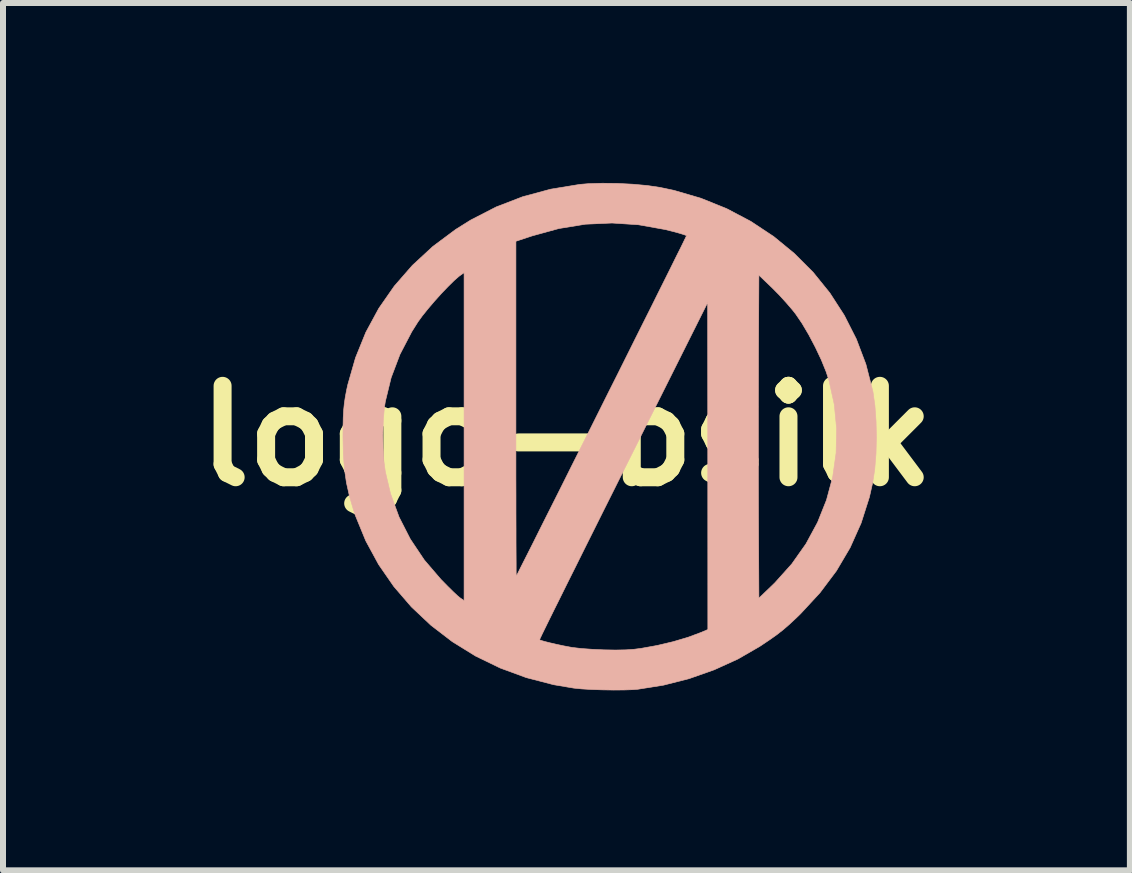
<source format=kicad_pcb>
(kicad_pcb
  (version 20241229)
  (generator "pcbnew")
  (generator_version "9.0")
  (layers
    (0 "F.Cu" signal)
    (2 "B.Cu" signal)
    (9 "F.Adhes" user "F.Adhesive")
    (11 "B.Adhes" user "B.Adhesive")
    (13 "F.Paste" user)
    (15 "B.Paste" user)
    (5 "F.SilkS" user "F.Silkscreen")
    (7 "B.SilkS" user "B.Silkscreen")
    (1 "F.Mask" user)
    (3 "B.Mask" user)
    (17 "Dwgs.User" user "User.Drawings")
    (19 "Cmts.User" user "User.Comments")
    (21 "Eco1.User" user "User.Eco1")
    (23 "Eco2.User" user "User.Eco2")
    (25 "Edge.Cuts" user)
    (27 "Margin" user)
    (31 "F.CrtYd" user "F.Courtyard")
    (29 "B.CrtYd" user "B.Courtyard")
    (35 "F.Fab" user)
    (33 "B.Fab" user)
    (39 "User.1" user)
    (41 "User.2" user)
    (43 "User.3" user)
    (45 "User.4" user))
  (footprint "logo-bsilk"
    (layer "F.Cu")
    (at 6.394 4.217)
    (property "Reference" "logo-bsilk" (at 0 0 0) (layer "F.SilkS") (effects (font (size 1.524 1.524) (thickness 0.3))))
    (attr through_hole)
    (fp_poly (pts (xy 0.366 -4.205) (xy 0.223 -4.193) (xy -0.264 -4.113) (xy -0.728 -3.988) (xy -1.172 -3.817) (xy -1.596 -3.599) (xy -1.847 -3.442) (xy -2.228 -3.158) (xy -2.569 -2.843) (xy -2.87 -2.498) (xy -3.129 -2.126) (xy -3.345 -1.727) (xy -3.517 -1.303) (xy -3.645 -0.857) (xy -3.666 -0.762) (xy -3.688 -0.645) (xy -3.704 -0.537) (xy -3.715 -0.427) (xy -3.722 -0.303) (xy -3.725 -0.15) (xy -3.726 0.013) (xy -3.72 0.299) (xy -3.702 0.55) (xy -3.668 0.782) (xy -3.617 1.009) (xy -3.547 1.247) (xy -3.518 1.331) (xy -3.346 1.75) (xy -3.132 2.144) (xy -2.878 2.511) (xy -2.586 2.85) (xy -2.26 3.157) (xy -1.903 3.431) (xy -1.517 3.67) (xy -1.105 3.87) (xy -0.67 4.03) (xy -0.215 4.148) (xy 0.122 4.205) (xy 0.251 4.218) (xy 0.414 4.228) (xy 0.596 4.234) (xy 0.782 4.237) (xy 0.956 4.236) (xy 1.106 4.231) (xy 1.189 4.224) (xy 1.617 4.156) (xy 2.045 4.047) (xy 2.462 3.9) (xy 2.858 3.72) (xy 3.222 3.51) (xy 3.24 3.498) (xy 3.389 3.398) (xy 3.509 3.313) (xy 3.612 3.232) (xy 3.617 3.228) (xy 2.357 3.228) (xy 2.245 3.276) (xy 2.028 3.357) (xy 1.778 3.431) (xy 1.512 3.494) (xy 1.246 3.542) (xy 1.129 3.557) (xy 0.991 3.567) (xy 0.818 3.57) (xy 0.626 3.567) (xy 0.432 3.558) (xy 0.249 3.545) (xy 0.095 3.527) (xy 0.057 3.52) (xy -0.054 3.499) (xy -0.17 3.474) (xy -0.279 3.449) (xy -0.369 3.426) (xy -0.43 3.408) (xy -0.449 3.399) (xy -0.439 3.376) (xy -0.408 3.31) (xy -0.356 3.204) (xy -0.286 3.061) (xy -0.198 2.883) (xy -0.13 2.747) (xy -1.707 2.747) (xy -1.779 2.696) (xy -1.823 2.659) (xy -1.893 2.593) (xy -1.979 2.508) (xy -2.074 2.411) (xy -2.092 2.393) (xy -2.37 2.069) (xy -2.603 1.721) (xy -2.791 1.353) (xy -2.933 0.965) (xy -3.02 0.598) (xy -3.045 0.413) (xy -3.058 0.197) (xy -3.061 -0.034) (xy -3.054 -0.262) (xy -3.036 -0.468) (xy -3.02 -0.573) (xy -2.923 -0.971) (xy -2.776 -1.359) (xy -2.579 -1.737) (xy -2.475 -1.902) (xy -2.404 -2) (xy -2.31 -2.117) (xy -2.202 -2.244) (xy -2.088 -2.371) (xy -1.976 -2.488) (xy -1.876 -2.587) (xy -1.796 -2.657) (xy -1.779 -2.67) (xy -1.707 -2.721) (xy -1.707 2.747) (xy -0.13 2.747) (xy -0.094 2.674) (xy 0.024 2.436) (xy 0.156 2.172) (xy 0.299 1.884) (xy 0.453 1.576) (xy 0.616 1.249) (xy 0.787 0.908) (xy 0.949 0.584) (xy 2.354 -2.223) (xy 2.356 0.503) (xy 2.357 3.228) (xy 3.617 3.228) (xy 3.714 3.144) (xy 3.828 3.038) (xy 3.904 2.964) (xy 4.225 2.617) (xy 4.5 2.251) (xy 4.729 1.863) (xy 4.912 1.454) (xy 5.05 1.022) (xy 5.105 0.78) (xy 5.139 0.557) (xy 5.16 0.301) (xy 5.167 0.028) (xy 5.164 -0.118) (xy 4.504 -0.118) (xy 4.495 0.285) (xy 4.439 0.682) (xy 4.335 1.069) (xy 4.186 1.442) (xy 3.993 1.799) (xy 3.756 2.135) (xy 3.476 2.447) (xy 3.433 2.489) (xy 3.208 2.705) (xy 3.201 1.351) (xy 3.2 1.03) (xy 3.199 0.673) (xy 3.199 0.292) (xy 3.199 -0.097) (xy 3.199 -0.483) (xy 3.2 -0.852) (xy 3.201 -1.19) (xy 3.201 -1.342) (xy 3.208 -2.68) (xy 3.433 -2.464) (xy 3.543 -2.353) (xy 3.659 -2.226) (xy 3.765 -2.103) (xy 3.821 -2.032) (xy 3.928 -1.875) (xy 4.04 -1.685) (xy 4.149 -1.478) (xy 4.248 -1.269) (xy 4.328 -1.072) (xy 4.376 -0.927) (xy 4.465 -0.523) (xy 4.504 -0.118) (xy 5.164 -0.118) (xy 5.161 -0.246) (xy 5.142 -0.505) (xy 5.11 -0.733) (xy 5.105 -0.755) (xy 4.992 -1.194) (xy 4.833 -1.614) (xy 4.632 -2.01) (xy 4.391 -2.383) (xy 4.112 -2.728) (xy 3.797 -3.043) (xy 3.451 -3.327) (xy 3.435 -3.337) (xy 2.001 -3.337) (xy 1.99 -3.314) (xy 1.958 -3.248) (xy 1.907 -3.143) (xy 1.837 -3.004) (xy 1.752 -2.832) (xy 1.652 -2.631) (xy 1.539 -2.405) (xy 1.416 -2.157) (xy 1.282 -1.89) (xy 1.141 -1.608) (xy 0.994 -1.313) (xy 0.843 -1.01) (xy 0.688 -0.702) (xy 0.533 -0.391) (xy 0.378 -0.081) (xy 0.225 0.224) (xy 0.076 0.521) (xy -0.067 0.808) (xy -0.203 1.079) (xy -0.331 1.333) (xy -0.448 1.566) (xy -0.552 1.775) (xy -0.643 1.955) (xy -0.719 2.105) (xy -0.777 2.22) (xy -0.816 2.298) (xy -0.835 2.334) (xy -0.837 2.337) (xy -0.838 2.312) (xy -0.839 2.24) (xy -0.839 2.123) (xy -0.84 1.965) (xy -0.841 1.769) (xy -0.841 1.539) (xy -0.842 1.278) (xy -0.842 0.988) (xy -0.843 0.674) (xy -0.843 0.337) (xy -0.843 -0.017) (xy -0.843 -0.386) (xy -0.843 -0.454) (xy -0.843 -3.245) (xy -0.57 -3.335) (xy -0.126 -3.457) (xy 0.315 -3.529) (xy 0.757 -3.549) (xy 1.2 -3.52) (xy 1.647 -3.44) (xy 1.799 -3.402) (xy 1.892 -3.376) (xy 1.962 -3.354) (xy 1.999 -3.34) (xy 2.001 -3.337) (xy 3.435 -3.337) (xy 3.074 -3.576) (xy 2.67 -3.789) (xy 2.241 -3.962) (xy 1.79 -4.094) (xy 1.557 -4.143) (xy 1.347 -4.174) (xy 1.105 -4.196) (xy 0.85 -4.209) (xy 0.598 -4.212) (xy 0.366 -4.205)) (stroke (width 0.01) (type solid)) (fill yes) (layer "B.SilkS")))
  (gr_rect
    (start -3 -3)
    (end 15.787 11.46)
    (stroke (width 0.1) (type default))
    (fill no)
    (layer "Edge.Cuts")))
</source>
